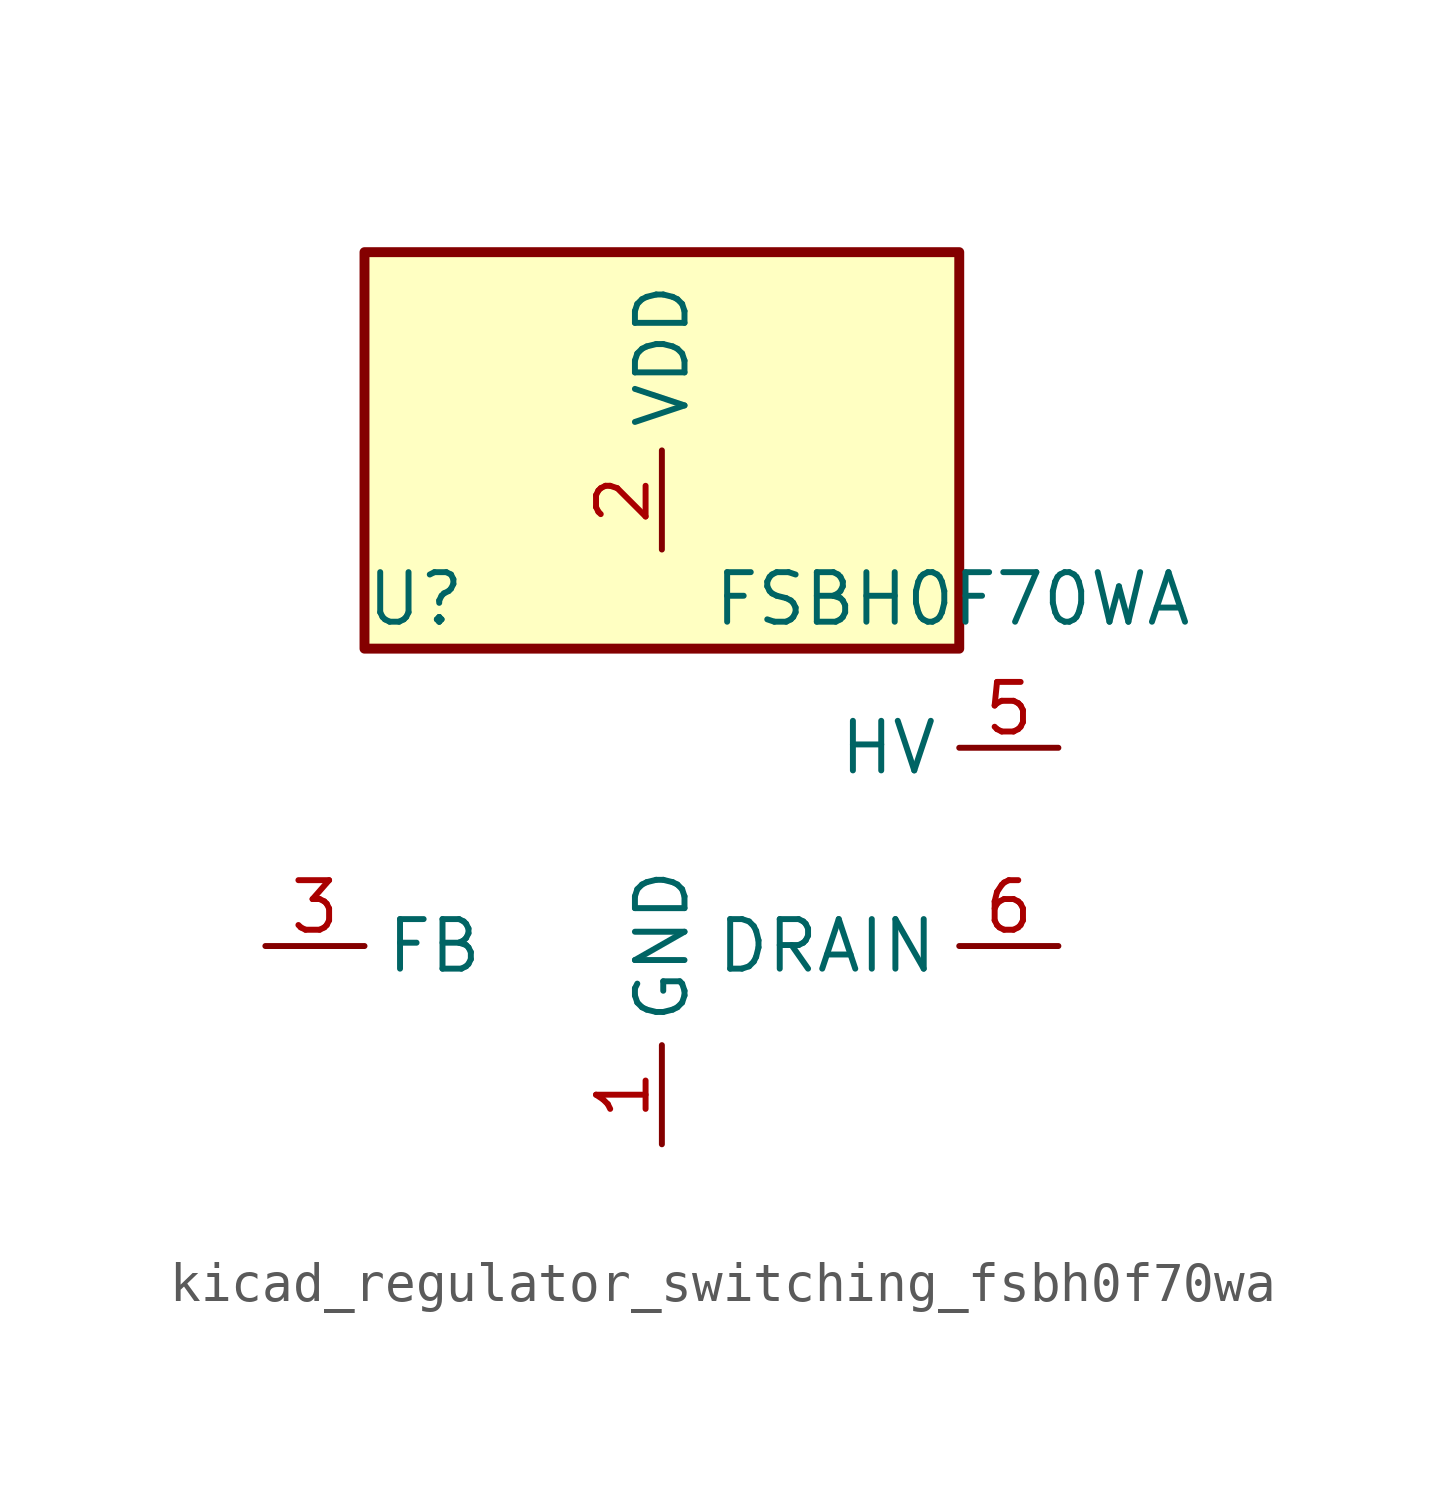
<source format=kicad_sym>
(kicad_symbol_lib
  (version 20220914)
  (generator kicad_symbol_editor)
  (symbol "kicad_regulator_switching_fsbh0f70wa"
    (property "Reference" "U"
      (at -7.62 6.35 0)
      (effects (font (size 1.27 1.27)) (justify left)))
    (property "Value" "FSBH0F70WA"
      (at 1.27 6.35 0)
      (effects (font (size 1.27 1.27)) (justify left)))
    (symbol "kicad_regulator_switching_fsbh0f70wa_0_1"
      (rectangle (start 7.62 15.24) (end -7.62 5.08) (stroke (width 0.254) (type default)) (fill (type background))))
    (symbol "kicad_regulator_switching_fsbh0f70wa_1_1"
      (pin power_in line (at 0 -7.62 90) (length 2.54) (name "GND" (effects (font (size 1.27 1.27)))) (number "1" (effects (font (size 1.27 1.27)))))
      (pin power_in line (at 0 7.62 90) (length 2.54) (name "VDD" (effects (font (size 1.27 1.27)))) (number "2" (effects (font (size 1.27 1.27)))))
      (pin input line (at -10.16 -2.54 0) (length 2.54) (name "FB" (effects (font (size 1.27 1.27)))) (number "3" (effects (font (size 1.27 1.27)))))
      (pin no_connect line (at -7.62 2.54 0) (length 2.54) hide (name "NC" (effects (font (size 1.27 1.27)))) (number "4" (effects (font (size 1.27 1.27)))))
      (pin input line (at 10.16 2.54 180) (length 2.54) (name "HV" (effects (font (size 1.27 1.27)))) (number "5" (effects (font (size 1.27 1.27)))))
      (pin open_collector line (at 10.16 -2.54 180) (length 2.54) (name "DRAIN" (effects (font (size 1.27 1.27)))) (number "6" (effects (font (size 1.27 1.27)))))
      (pin open_collector line (at 10.16 -2.54 180) (length 2.54) hide (name "DRAIN" (effects (font (size 1.27 1.27)))) (number "7" (effects (font (size 1.27 1.27)))))
      (pin open_collector line (at 10.16 -2.54 180) (length 2.54) hide (name "DRAIN" (effects (font (size 1.27 1.27)))) (number "8" (effects (font (size 1.27 1.27))))))))
</source>
